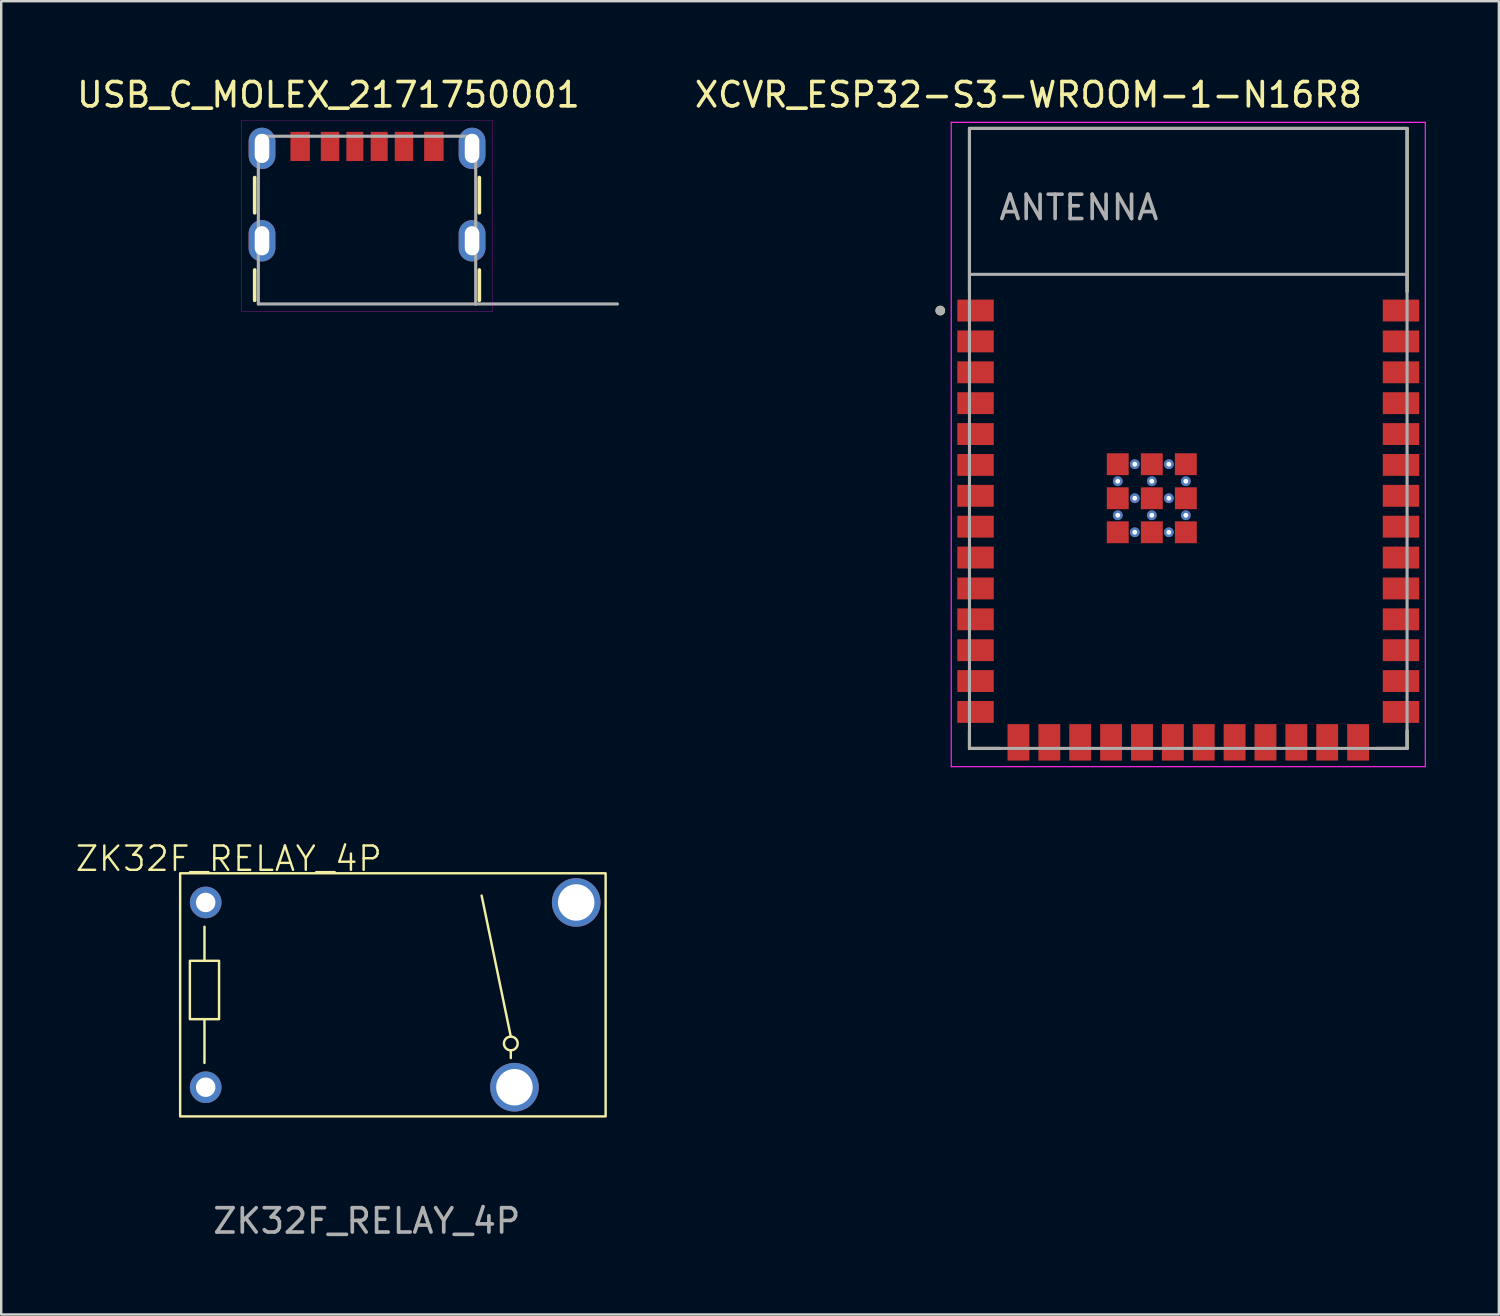
<source format=kicad_pcb>
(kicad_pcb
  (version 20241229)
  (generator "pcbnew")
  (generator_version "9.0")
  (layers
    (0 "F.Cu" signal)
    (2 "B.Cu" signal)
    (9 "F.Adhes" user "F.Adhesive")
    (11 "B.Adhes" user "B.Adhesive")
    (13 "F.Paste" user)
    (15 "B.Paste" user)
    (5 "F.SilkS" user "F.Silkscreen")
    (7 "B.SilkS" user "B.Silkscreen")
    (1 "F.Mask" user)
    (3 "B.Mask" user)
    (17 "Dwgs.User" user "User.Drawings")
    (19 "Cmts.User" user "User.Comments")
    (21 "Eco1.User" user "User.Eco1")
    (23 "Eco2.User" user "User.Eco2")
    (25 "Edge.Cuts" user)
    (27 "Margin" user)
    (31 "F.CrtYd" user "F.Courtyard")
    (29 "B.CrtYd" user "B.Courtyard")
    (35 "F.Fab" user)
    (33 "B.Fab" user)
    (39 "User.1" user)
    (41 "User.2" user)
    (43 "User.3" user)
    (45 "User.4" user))
  (footprint "USB_C_MOLEX_2171750001"
    (layer "F.Cu")
    (at 12.046 9.453)
    (property "Reference" "USB_C_MOLEX_2171750001" (at -1.587 -8.605 0) (layer "F.SilkS") (effects (font (size 1 1) (thickness 0.15))))
    (attr smd)
    (fp_poly (pts (xy -3.213 -7.144) (xy -2.287 -7.144) (xy -2.287 -5.816) (xy -3.213 -5.816)) (stroke (width 0.01) (type solid)) (fill yes) (layer "F.Mask"))
    (fp_poly (pts (xy -1.964 -7.144) (xy -1.077 -7.144) (xy -1.077 -5.816) (xy -1.964 -5.816)) (stroke (width 0.01) (type solid)) (fill yes) (layer "F.Mask"))
    (fp_poly (pts (xy -0.913 -7.144) (xy -0.086 -7.144) (xy -0.086 -5.816) (xy -0.913 -5.816)) (stroke (width 0.01) (type solid)) (fill yes) (layer "F.Mask"))
    (fp_poly (pts (xy 0.086 -7.144) (xy 0.913 -7.144) (xy 0.913 -5.816) (xy 0.086 -5.816)) (stroke (width 0.01) (type solid)) (fill yes) (layer "F.Mask"))
    (fp_poly (pts (xy 1.077 -7.144) (xy 1.964 -7.144) (xy 1.964 -5.816) (xy 1.077 -5.816)) (stroke (width 0.01) (type solid)) (fill yes) (layer "F.Mask"))
    (fp_poly (pts (xy 2.287 -7.144) (xy 3.213 -7.144) (xy 3.213 -5.816) (xy 2.287 -5.816)) (stroke (width 0.01) (type solid)) (fill yes) (layer "F.Mask"))
    (fp_line (start -4.62 -3.75) (end -4.62 -5.2) (stroke (width 0.15) (type solid)) (layer "F.SilkS"))
    (fp_line (start -4.62 -0.15) (end -4.62 -1.4) (stroke (width 0.15) (type solid)) (layer "F.SilkS"))
    (fp_line (start 4.62 -3.75) (end 4.62 -5.2) (stroke (width 0.15) (type solid)) (layer "F.SilkS"))
    (fp_line (start 4.62 -0.15) (end 4.62 -1.4) (stroke (width 0.15) (type solid)) (layer "F.SilkS"))
    (fp_line (start -5.17 -7.55) (end -5.17 0.3) (stroke (width 0.01) (type solid)) (layer "F.CrtYd"))
    (fp_line (start -5.17 0.3) (end 5.17 0.3) (stroke (width 0.01) (type solid)) (layer "F.CrtYd"))
    (fp_line (start 5.17 -7.55) (end -5.17 -7.55) (stroke (width 0.01) (type solid)) (layer "F.CrtYd"))
    (fp_line (start 5.17 0.3) (end 5.17 -7.55) (stroke (width 0.01) (type solid)) (layer "F.CrtYd"))
    (fp_line (start -4.47 -6.9) (end 4.47 -6.9) (stroke (width 0.13) (type solid)) (layer "F.Fab"))
    (fp_line (start -4.47 0) (end -4.47 -6.9) (stroke (width 0.13) (type solid)) (layer "F.Fab"))
    (fp_line (start 4.47 -6.9) (end 4.47 0) (stroke (width 0.13) (type solid)) (layer "F.Fab"))
    (fp_line (start 4.47 0) (end -4.47 0) (stroke (width 0.13) (type solid)) (layer "F.Fab"))
    (fp_line (start 4.47 0) (end 10.3 0) (stroke (width 0.13) (type solid)) (layer "F.Fab"))
    (pad "A5" smd rect (at -0.5 -6.48) (size 0.7 1.2) (layers "F.Cu" "F.Paste"))
    (pad "A9" smd rect (at 1.52 -6.48) (size 0.76 1.2) (layers "F.Cu" "F.Paste"))
    (pad "A12" smd rect (at 2.75 -6.48) (size 0.8 1.2) (layers "F.Cu" "F.Paste"))
    (pad "B5" smd rect (at 0.5 -6.48) (size 0.7 1.2) (layers "F.Cu" "F.Paste"))
    (pad "B9" smd rect (at -1.52 -6.48) (size 0.76 1.2) (layers "F.Cu" "F.Paste"))
    (pad "B12" smd rect (at -2.75 -6.48) (size 0.8 1.2) (layers "F.Cu" "F.Paste"))
    (pad "SH1" thru_hole oval (at -4.32 -2.6) (size 1.1 1.7) (drill oval 0.6 1.2) (layers "*.Cu" "*.Mask"))
    (pad "SH2" thru_hole oval (at 4.32 -2.6) (size 1.1 1.7) (drill oval 0.6 1.2) (layers "*.Cu" "*.Mask"))
    (pad "SH3" thru_hole oval (at -4.32 -6.4) (size 1.1 1.7) (drill oval 0.6 1.2) (layers "*.Cu" "*.Mask"))
    (pad "SH4" thru_hole oval (at 4.32 -6.4) (size 1.1 1.7) (drill oval 0.6 1.2) (layers "*.Cu" "*.Mask")))
  (footprint "XCVR_ESP32-S3-WROOM-1-N16R8"
    (layer "F.Cu")
    (at 45.825 14.983)
    (property "Reference" "XCVR_ESP32-S3-WROOM-1-N16R8" (at -6.575 -14.135 0) (layer "F.SilkS") (effects (font (size 1 1) (thickness 0.15))))
    (attr smd)
    (fp_line (start -9 -12.75) (end 9 -12.75) (stroke (width 0.127) (type solid)) (layer "F.SilkS"))
    (fp_line (start -9 -6.03) (end -9 -12.75) (stroke (width 0.127) (type solid)) (layer "F.SilkS"))
    (fp_line (start -9 12.02) (end -9 12.75) (stroke (width 0.127) (type solid)) (layer "F.SilkS"))
    (fp_line (start -9 12.75) (end -7.755 12.75) (stroke (width 0.127) (type solid)) (layer "F.SilkS"))
    (fp_line (start 9 -12.75) (end 9 -6.03) (stroke (width 0.127) (type solid)) (layer "F.SilkS"))
    (fp_line (start 9 12.02) (end 9 12.75) (stroke (width 0.127) (type solid)) (layer "F.SilkS"))
    (fp_line (start 9 12.75) (end 7.755 12.75) (stroke (width 0.127) (type solid)) (layer "F.SilkS"))
    (fp_circle (center -10.2 -5.26) (end -10.1 -5.26) (stroke (width 0.2) (type solid)) (fill no) (layer "F.SilkS"))
    (fp_line (start -9.75 -13) (end 9.75 -13) (stroke (width 0.05) (type solid)) (layer "F.CrtYd"))
    (fp_line (start -9.75 13.5) (end -9.75 -13) (stroke (width 0.05) (type solid)) (layer "F.CrtYd"))
    (fp_line (start -9.75 13.5) (end 9.75 13.5) (stroke (width 0.05) (type solid)) (layer "F.CrtYd"))
    (fp_line (start 9.75 -13) (end 9.75 13.5) (stroke (width 0.05) (type solid)) (layer "F.CrtYd"))
    (fp_line (start -9 -12.75) (end 9 -12.75) (stroke (width 0.127) (type solid)) (layer "F.Fab"))
    (fp_line (start -9 -6.75) (end -9 -12.75) (stroke (width 0.127) (type solid)) (layer "F.Fab"))
    (fp_line (start -9 -6.75) (end 9 -6.75) (stroke (width 0.127) (type solid)) (layer "F.Fab"))
    (fp_line (start -9 12.75) (end -9 -6.75) (stroke (width 0.127) (type solid)) (layer "F.Fab"))
    (fp_line (start 9 -12.75) (end 9 -6.75) (stroke (width 0.127) (type solid)) (layer "F.Fab"))
    (fp_line (start 9 -6.75) (end 9 12.75) (stroke (width 0.127) (type solid)) (layer "F.Fab"))
    (fp_line (start 9 12.75) (end -9 12.75) (stroke (width 0.127) (type solid)) (layer "F.Fab"))
    (fp_circle (center -10.2 -5.26) (end -10.1 -5.26) (stroke (width 0.2) (type solid)) (fill no) (layer "F.Fab"))
    (fp_text user "ANTENNA" (at -4.5 -9.5 0) (layer "F.Fab") (effects (font (size 1 1) (thickness 0.15))))
    (pad "1" smd rect (at -8.75 -5.26) (size 1.5 0.9) (layers "F.Cu" "F.Mask" "F.Paste"))
    (pad "2" smd rect (at -8.75 -3.99) (size 1.5 0.9) (layers "F.Cu" "F.Mask" "F.Paste"))
    (pad "3" smd rect (at -8.75 -2.72) (size 1.5 0.9) (layers "F.Cu" "F.Mask" "F.Paste"))
    (pad "4" smd rect (at -8.75 -1.45) (size 1.5 0.9) (layers "F.Cu" "F.Mask" "F.Paste"))
    (pad "5" smd rect (at -8.75 -0.18) (size 1.5 0.9) (layers "F.Cu" "F.Mask" "F.Paste"))
    (pad "6" smd rect (at -8.75 1.09) (size 1.5 0.9) (layers "F.Cu" "F.Mask" "F.Paste"))
    (pad "7" smd rect (at -8.75 2.36) (size 1.5 0.9) (layers "F.Cu" "F.Mask" "F.Paste"))
    (pad "8" smd rect (at -8.75 3.63) (size 1.5 0.9) (layers "F.Cu" "F.Mask" "F.Paste"))
    (pad "9" smd rect (at -8.75 4.9) (size 1.5 0.9) (layers "F.Cu" "F.Mask" "F.Paste"))
    (pad "10" smd rect (at -8.75 6.17) (size 1.5 0.9) (layers "F.Cu" "F.Mask" "F.Paste"))
    (pad "11" smd rect (at -8.75 7.44) (size 1.5 0.9) (layers "F.Cu" "F.Mask" "F.Paste"))
    (pad "12" smd rect (at -8.75 8.71) (size 1.5 0.9) (layers "F.Cu" "F.Mask" "F.Paste"))
    (pad "13" smd rect (at -8.75 9.98) (size 1.5 0.9) (layers "F.Cu" "F.Mask" "F.Paste"))
    (pad "14" smd rect (at -8.75 11.25) (size 1.5 0.9) (layers "F.Cu" "F.Mask" "F.Paste"))
    (pad "15" smd rect (at -6.985 12.5) (size 0.9 1.5) (layers "F.Cu" "F.Mask" "F.Paste"))
    (pad "16" smd rect (at -5.715 12.5) (size 0.9 1.5) (layers "F.Cu" "F.Mask" "F.Paste"))
    (pad "17" smd rect (at -4.445 12.5) (size 0.9 1.5) (layers "F.Cu" "F.Mask" "F.Paste"))
    (pad "18" smd rect (at -3.175 12.5) (size 0.9 1.5) (layers "F.Cu" "F.Mask" "F.Paste"))
    (pad "19" smd rect (at -1.905 12.5) (size 0.9 1.5) (layers "F.Cu" "F.Mask" "F.Paste"))
    (pad "20" smd rect (at -0.635 12.5) (size 0.9 1.5) (layers "F.Cu" "F.Mask" "F.Paste"))
    (pad "21" smd rect (at 0.635 12.5) (size 0.9 1.5) (layers "F.Cu" "F.Mask" "F.Paste"))
    (pad "22" smd rect (at 1.905 12.5) (size 0.9 1.5) (layers "F.Cu" "F.Mask" "F.Paste"))
    (pad "23" smd rect (at 3.175 12.5) (size 0.9 1.5) (layers "F.Cu" "F.Mask" "F.Paste"))
    (pad "24" smd rect (at 4.445 12.5) (size 0.9 1.5) (layers "F.Cu" "F.Mask" "F.Paste"))
    (pad "25" smd rect (at 5.715 12.5) (size 0.9 1.5) (layers "F.Cu" "F.Mask" "F.Paste"))
    (pad "26" smd rect (at 6.985 12.5) (size 0.9 1.5) (layers "F.Cu" "F.Mask" "F.Paste"))
    (pad "27" smd rect (at 8.75 11.25) (size 1.5 0.9) (layers "F.Cu" "F.Mask" "F.Paste"))
    (pad "28" smd rect (at 8.75 9.98) (size 1.5 0.9) (layers "F.Cu" "F.Mask" "F.Paste"))
    (pad "29" smd rect (at 8.75 8.71) (size 1.5 0.9) (layers "F.Cu" "F.Mask" "F.Paste"))
    (pad "30" smd rect (at 8.75 7.44) (size 1.5 0.9) (layers "F.Cu" "F.Mask" "F.Paste"))
    (pad "31" smd rect (at 8.75 6.17) (size 1.5 0.9) (layers "F.Cu" "F.Mask" "F.Paste"))
    (pad "32" smd rect (at 8.75 4.9) (size 1.5 0.9) (layers "F.Cu" "F.Mask" "F.Paste"))
    (pad "33" smd rect (at 8.75 3.63) (size 1.5 0.9) (layers "F.Cu" "F.Mask" "F.Paste"))
    (pad "34" smd rect (at 8.75 2.36) (size 1.5 0.9) (layers "F.Cu" "F.Mask" "F.Paste"))
    (pad "35" smd rect (at 8.75 1.09) (size 1.5 0.9) (layers "F.Cu" "F.Mask" "F.Paste"))
    (pad "36" smd rect (at 8.75 -0.18) (size 1.5 0.9) (layers "F.Cu" "F.Mask" "F.Paste"))
    (pad "37" smd rect (at 8.75 -1.45) (size 1.5 0.9) (layers "F.Cu" "F.Mask" "F.Paste"))
    (pad "38" smd rect (at 8.75 -2.72) (size 1.5 0.9) (layers "F.Cu" "F.Mask" "F.Paste"))
    (pad "39" smd rect (at 8.75 -3.99) (size 1.5 0.9) (layers "F.Cu" "F.Mask" "F.Paste"))
    (pad "40" smd rect (at 8.75 -5.26) (size 1.5 0.9) (layers "F.Cu" "F.Mask" "F.Paste"))
    (pad "41_1" smd rect (at -1.5 2.46) (size 0.9 0.9) (layers "F.Cu" "F.Mask" "F.Paste"))
    (pad "41_2" smd rect (at -2.9 2.46) (size 0.9 0.9) (layers "F.Cu" "F.Mask" "F.Paste"))
    (pad "41_3" smd rect (at -0.1 2.46) (size 0.9 0.9) (layers "F.Cu" "F.Mask" "F.Paste"))
    (pad "41_4" smd rect (at -2.9 3.86) (size 0.9 0.9) (layers "F.Cu" "F.Mask" "F.Paste"))
    (pad "41_5" smd rect (at -1.5 3.86) (size 0.9 0.9) (layers "F.Cu" "F.Mask" "F.Paste"))
    (pad "41_6" smd rect (at -0.1 3.86) (size 0.9 0.9) (layers "F.Cu" "F.Mask" "F.Paste"))
    (pad "41_7" smd rect (at -2.9 1.06) (size 0.9 0.9) (layers "F.Cu" "F.Mask" "F.Paste"))
    (pad "41_8" smd rect (at -1.5 1.06) (size 0.9 0.9) (layers "F.Cu" "F.Mask" "F.Paste"))
    (pad "41_9" smd rect (at -0.1 1.06) (size 0.9 0.9) (layers "F.Cu" "F.Mask" "F.Paste"))
    (pad "41_10" thru_hole circle (at -1.5 1.76) (size 0.4 0.4) (drill 0.2) (layers "*.Cu"))
    (pad "41_11" thru_hole circle (at -2.9 1.76) (size 0.4 0.4) (drill 0.2) (layers "*.Cu"))
    (pad "41_12" thru_hole circle (at -0.1 1.76) (size 0.4 0.4) (drill 0.2) (layers "*.Cu"))
    (pad "41_13" thru_hole circle (at -2.9 3.16) (size 0.4 0.4) (drill 0.2) (layers "*.Cu"))
    (pad "41_14" thru_hole circle (at -1.5 3.16) (size 0.4 0.4) (drill 0.2) (layers "*.Cu"))
    (pad "41_15" thru_hole circle (at -0.1 3.16) (size 0.4 0.4) (drill 0.2) (layers "*.Cu"))
    (pad "41_16" thru_hole circle (at -2.2 1.06) (size 0.4 0.4) (drill 0.2) (layers "*.Cu"))
    (pad "41_17" thru_hole circle (at -0.8 1.06) (size 0.4 0.4) (drill 0.2) (layers "*.Cu"))
    (pad "41_18" thru_hole circle (at -2.2 2.46) (size 0.4 0.4) (drill 0.2) (layers "*.Cu"))
    (pad "41_19" thru_hole circle (at -0.8 2.46) (size 0.4 0.4) (drill 0.2) (layers "*.Cu"))
    (pad "41_20" thru_hole circle (at -2.2 3.86) (size 0.4 0.4) (drill 0.2) (layers "*.Cu"))
    (pad "41_21" thru_hole circle (at -0.8 3.86) (size 0.4 0.4) (drill 0.2) (layers "*.Cu"))
    (zone (net_name "") (layer "F.Cu") (hatch full 0.508) (connect_pads) (min_thickness 0.01) (filled_areas_thickness no) (keepout (tracks not_allowed) (vias not_allowed) (pads not_allowed) (copperpour not_allowed) (footprints allowed)) (placement (enabled no)) (fill) (polygon (pts (xy 36.825 2.233) (xy 54.825 2.233) (xy 54.825 8.233) (xy 36.825 8.233))))
    (zone (net_name "") (layers "F.Cu" "B.Cu") (hatch full 0.508) (connect_pads) (min_thickness 0.01) (filled_areas_thickness no) (keepout (tracks allowed) (vias not_allowed) (pads allowed) (copperpour allowed) (footprints allowed)) (placement (enabled no)) (fill) (polygon (pts (xy 36.825 2.233) (xy 54.825 2.233) (xy 54.825 8.233) (xy 36.825 8.233))))
    (zone (net_name "") (layer "B.Cu") (hatch full 0.508) (connect_pads) (min_thickness 0.01) (filled_areas_thickness no) (keepout (tracks not_allowed) (vias not_allowed) (pads not_allowed) (copperpour not_allowed) (footprints allowed)) (placement (enabled no)) (fill) (polygon (pts (xy 36.825 2.233) (xy 54.825 2.233) (xy 54.825 8.233) (xy 36.825 8.233)))))
  (footprint "ZK32F_RELAY_4P"
    (layer "F.Cu")
    (at 11.76 37.869)
    (property "Reference" "ZK32F_RELAY_4P" (at -5.4 -5.6 0) (unlocked yes) (layer "F.SilkS") (effects (font (size 1 1) (thickness 0.1))))
    (attr through_hole)
    (fp_line (start -6.4 -2.8) (end -6.4 -1.4) (stroke (width 0.1) (type default)) (layer "F.SilkS"))
    (fp_line (start -6.4 2.8) (end -6.4 1) (stroke (width 0.1) (type default)) (layer "F.SilkS"))
    (fp_line (start 6.2 1.717) (end 5 -4.083) (stroke (width 0.1) (type default)) (layer "F.SilkS"))
    (fp_line (start 6.2 2.283) (end 6.2 2.6) (stroke (width 0.1) (type default)) (layer "F.SilkS"))
    (fp_rect (start -7.4 -5) (end 10.1 5) (stroke (width 0.1) (type default)) (fill no) (layer "F.SilkS"))
    (fp_rect (start -7 -1.4) (end -5.8 1) (stroke (width 0.1) (type default)) (fill no) (layer "F.SilkS"))
    (fp_circle (center 6.2 2) (end 6.4 2.2) (stroke (width 0.1) (type default)) (fill no) (layer "F.SilkS"))
    (fp_text user "${REFERENCE}" (at 0.275 9.3 0) (unlocked yes) (layer "F.Fab") (effects (font (size 1 1) (thickness 0.15))))
    (pad "13" thru_hole circle (at 6.35 3.8) (size 2 2) (drill 1.5) (layers "*.Cu" "*.Mask"))
    (pad "14" thru_hole circle (at 8.89 -3.8) (size 2 2) (drill 1.5) (layers "*.Cu" "*.Mask"))
    (pad "A1" thru_hole circle (at -6.35 -3.8) (size 1.3 1.3) (drill 0.8) (layers "*.Cu" "*.Mask"))
    (pad "A2" thru_hole circle (at -6.35 3.8) (size 1.3 1.3) (drill 0.8) (layers "*.Cu" "*.Mask")))
  (gr_rect
    (start -3 -3)
    (end 58.6 51.017)
    (stroke (width 0.1) (type default))
    (fill no)
    (layer "Edge.Cuts")))
</source>
